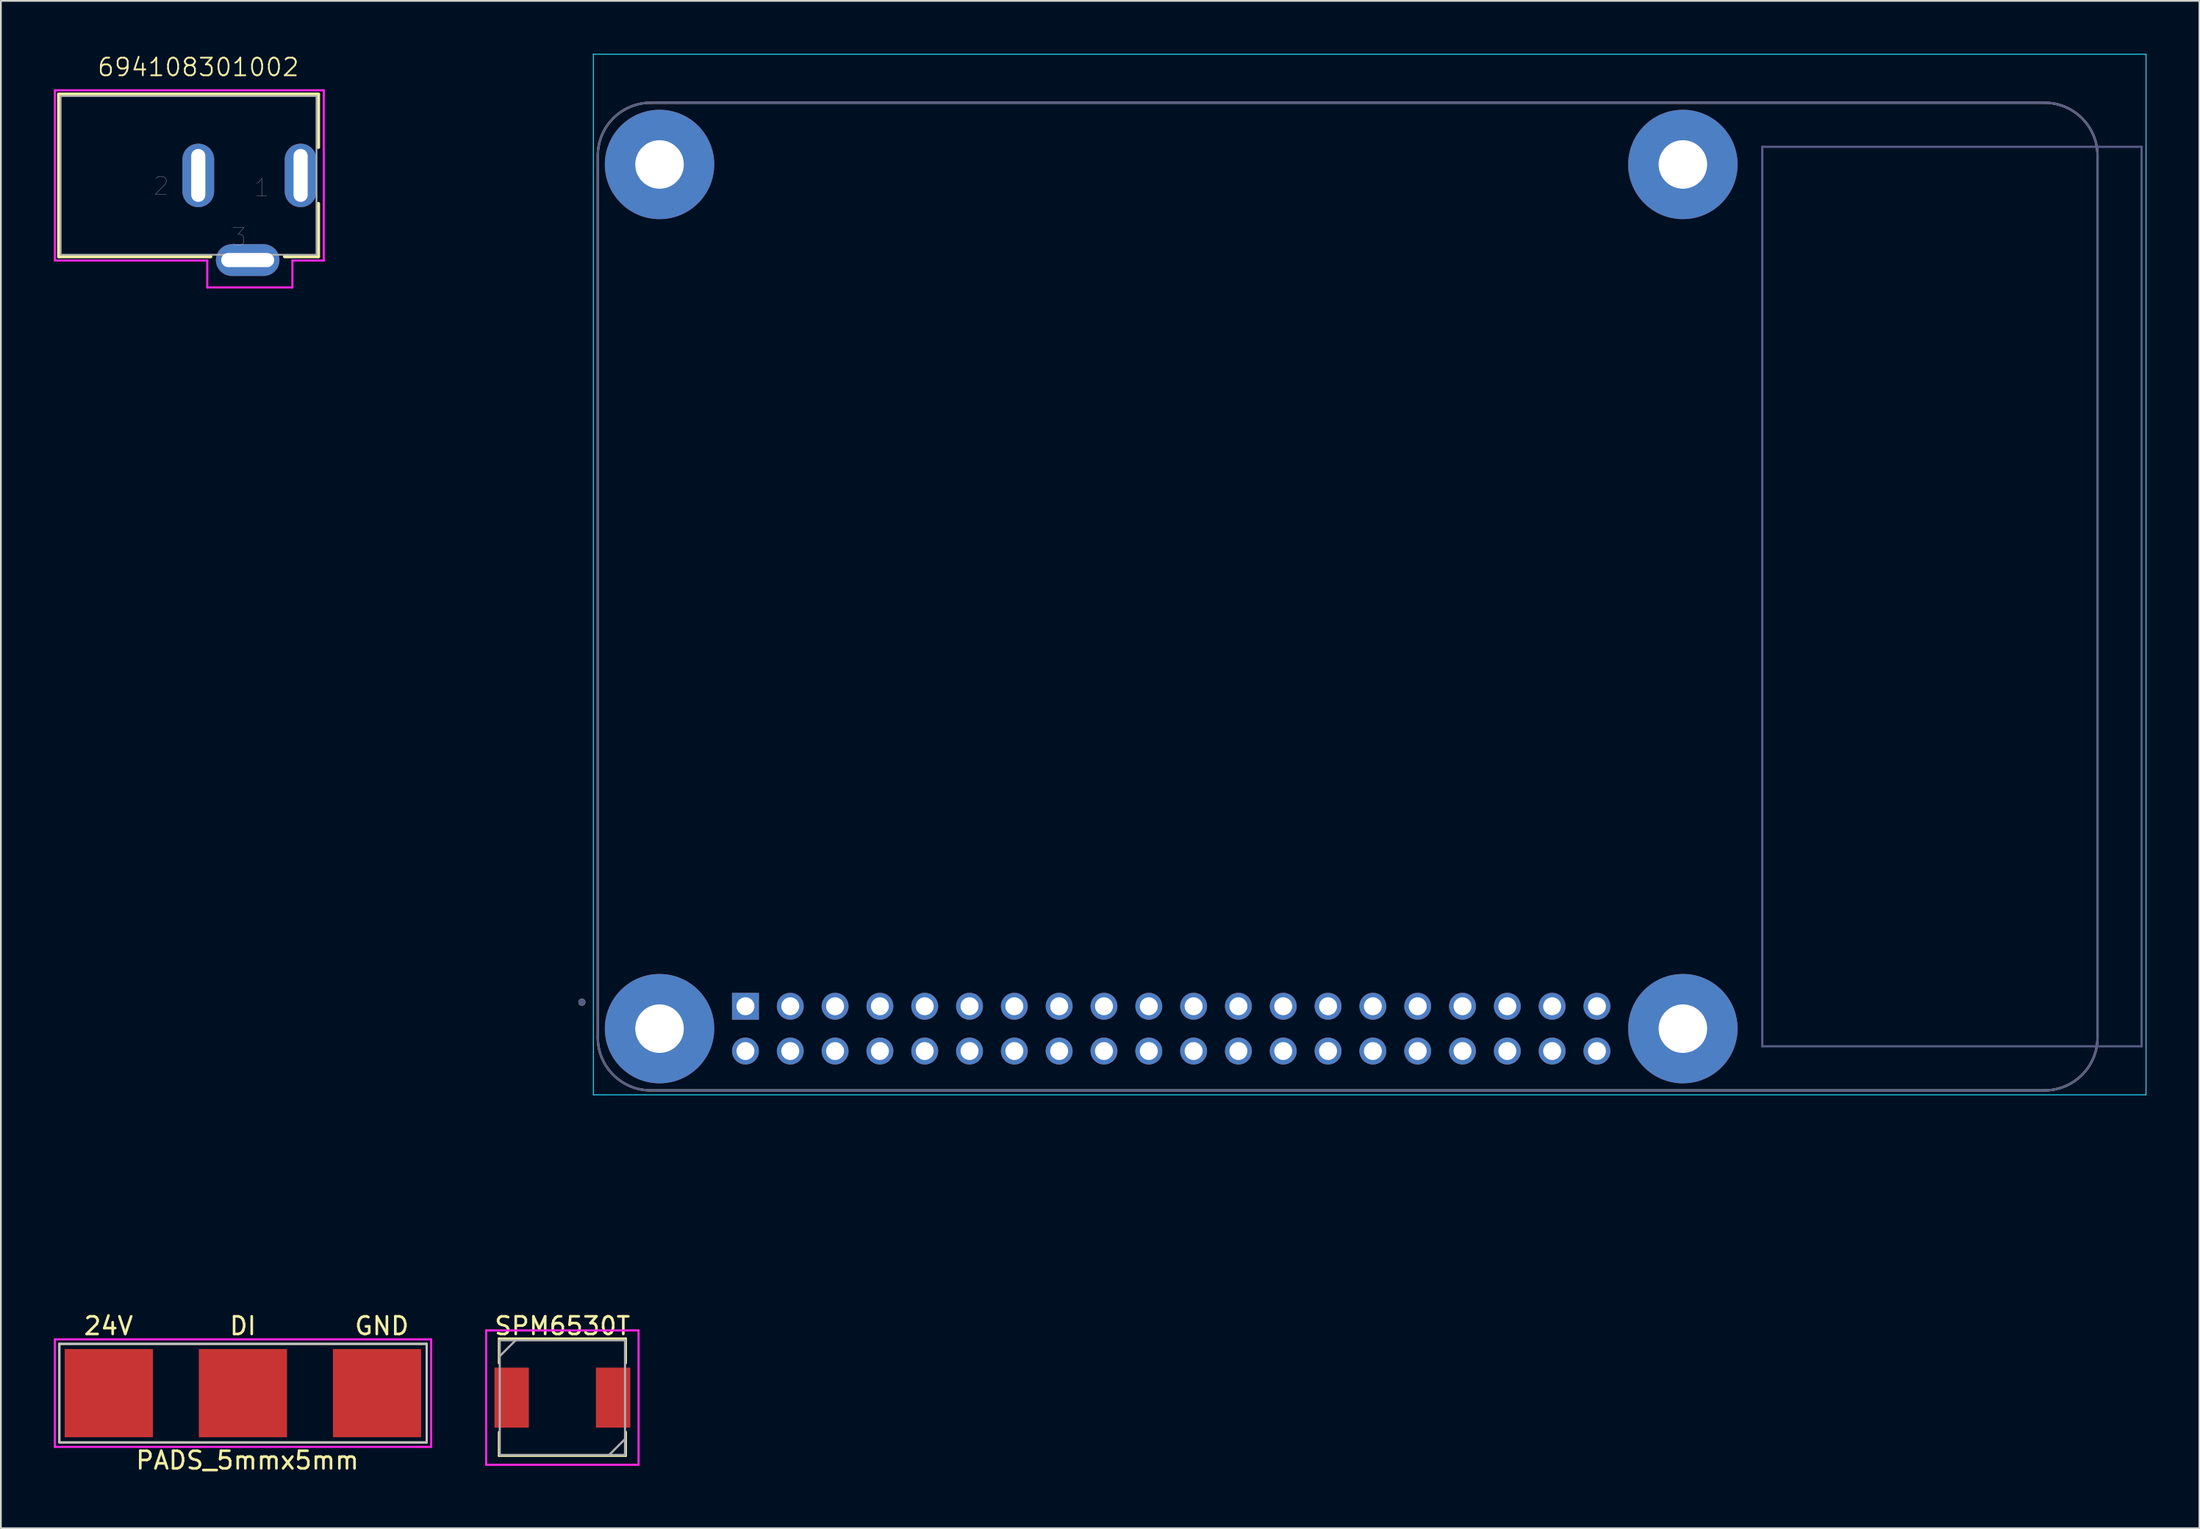
<source format=kicad_pcb>
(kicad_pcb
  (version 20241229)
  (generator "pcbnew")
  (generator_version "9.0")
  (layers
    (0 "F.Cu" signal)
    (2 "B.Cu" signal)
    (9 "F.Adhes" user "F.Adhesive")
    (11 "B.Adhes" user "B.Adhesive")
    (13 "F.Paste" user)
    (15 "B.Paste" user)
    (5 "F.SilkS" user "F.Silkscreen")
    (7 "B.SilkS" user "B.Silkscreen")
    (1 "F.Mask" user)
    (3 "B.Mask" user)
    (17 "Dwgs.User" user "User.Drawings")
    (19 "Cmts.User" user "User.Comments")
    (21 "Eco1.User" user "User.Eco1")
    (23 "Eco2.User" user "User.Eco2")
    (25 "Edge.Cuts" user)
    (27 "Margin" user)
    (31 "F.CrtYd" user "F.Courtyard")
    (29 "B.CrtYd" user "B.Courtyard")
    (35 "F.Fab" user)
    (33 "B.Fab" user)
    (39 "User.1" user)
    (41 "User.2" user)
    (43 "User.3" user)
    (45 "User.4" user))
  (footprint "SPM6530T"
    (layer "F.Cu")
    (at 28.824 76.195)
    (property "Reference" "SPM6530T" (at 0 -4.064 0) (layer "F.SilkS") (effects (font (size 1 1) (thickness 0.15))))
    (attr through_hole)
    (fp_line (start -3.6 -3.35) (end -3.6 -1.95) (stroke (width 0.12) (type solid)) (layer "F.SilkS"))
    (fp_line (start -3.6 -3.35) (end 3.6 -3.35) (stroke (width 0.12) (type solid)) (layer "F.SilkS"))
    (fp_line (start -3.6 3.3) (end -3.6 1.95) (stroke (width 0.12) (type solid)) (layer "F.SilkS"))
    (fp_line (start 3.6 -1.95) (end 3.6 -3.35) (stroke (width 0.12) (type solid)) (layer "F.SilkS"))
    (fp_line (start 3.6 3.3) (end -3.6 3.3) (stroke (width 0.12) (type solid)) (layer "F.SilkS"))
    (fp_line (start 3.6 3.3) (end 3.6 1.95) (stroke (width 0.12) (type solid)) (layer "F.SilkS"))
    (fp_line (start -4.318 -3.81) (end -4.064 -3.81) (stroke (width 0.12) (type solid)) (layer "F.CrtYd"))
    (fp_line (start -4.318 3.81) (end -4.318 -3.81) (stroke (width 0.12) (type solid)) (layer "F.CrtYd"))
    (fp_line (start -4.064 -3.81) (end 4.064 -3.81) (stroke (width 0.12) (type solid)) (layer "F.CrtYd"))
    (fp_line (start 4.064 -3.81) (end 4.318 -3.81) (stroke (width 0.12) (type solid)) (layer "F.CrtYd"))
    (fp_line (start 4.318 -3.81) (end 4.318 3.81) (stroke (width 0.12) (type solid)) (layer "F.CrtYd"))
    (fp_line (start 4.318 3.81) (end -4.318 3.81) (stroke (width 0.12) (type solid)) (layer "F.CrtYd"))
    (fp_line (start -3.55 -3.25) (end 3.55 -3.25) (stroke (width 0.12) (type solid)) (layer "F.Fab"))
    (fp_line (start -3.55 -2.35) (end -2.65 -3.25) (stroke (width 0.12) (type solid)) (layer "F.Fab"))
    (fp_line (start -3.55 3.25) (end -3.55 -3.25) (stroke (width 0.12) (type solid)) (layer "F.Fab"))
    (fp_line (start -3.55 3.25) (end 3.55 3.25) (stroke (width 0.12) (type solid)) (layer "F.Fab"))
    (fp_line (start 2.65 3.25) (end 3.55 2.35) (stroke (width 0.12) (type solid)) (layer "F.Fab"))
    (fp_line (start 3.55 -3.25) (end 3.55 3.25) (stroke (width 0.12) (type solid)) (layer "F.Fab"))
    (pad "1" smd rect (at -2.875 0) (size 1.95 3.4) (layers "F.Cu" "F.Mask" "F.Paste"))
    (pad "2" smd rect (at 2.875 0) (size 1.95 3.4) (layers "F.Cu" "F.Mask" "F.Paste")))
  (footprint "PADS_5mmx5mm"
    (layer "F.Cu")
    (at 10.718 75.941)
    (property "Reference" "PADS_5mmx5mm" (at 0.254 3.81 0) (layer "F.SilkS") (effects (font (size 1 1) (thickness 0.15))))
    (attr through_hole)
    (fp_line (start -10.404 -2.794) (end -10.404 2.794) (stroke (width 0.12) (type solid)) (layer "F.SilkS"))
    (fp_line (start -10.404 2.794) (end 10.414 2.794) (stroke (width 0.12) (type solid)) (layer "F.SilkS"))
    (fp_line (start 10.414 -2.794) (end -10.404 -2.794) (stroke (width 0.12) (type solid)) (layer "F.SilkS"))
    (fp_line (start 10.414 -2.794) (end 10.414 2.794) (stroke (width 0.12) (type solid)) (layer "F.SilkS"))
    (fp_line (start -10.404 -2.794) (end 10.414 -2.794) (stroke (width 0.12) (type solid)) (layer "Dwgs.User"))
    (fp_line (start -10.404 2.794) (end -10.404 -2.794) (stroke (width 0.12) (type solid)) (layer "Dwgs.User"))
    (fp_line (start 10.414 -2.794) (end 10.414 2.794) (stroke (width 0.12) (type solid)) (layer "Dwgs.User"))
    (fp_line (start 10.414 2.794) (end -10.404 2.794) (stroke (width 0.12) (type solid)) (layer "Dwgs.User"))
    (fp_line (start -10.658 -3.048) (end 10.668 -3.048) (stroke (width 0.12) (type solid)) (layer "F.CrtYd"))
    (fp_line (start -10.658 3.048) (end -10.658 -3.048) (stroke (width 0.12) (type solid)) (layer "F.CrtYd"))
    (fp_line (start 10.668 -3.048) (end 10.668 3.048) (stroke (width 0.12) (type solid)) (layer "F.CrtYd"))
    (fp_line (start 10.668 3.048) (end -10.658 3.048) (stroke (width 0.12) (type solid)) (layer "F.CrtYd"))
    (fp_text user "DI" (at 0 -3.81 0) (layer "F.SilkS") (effects (font (size 1 1) (thickness 0.15))))
    (fp_text user "24V" (at -7.62 -3.81 0) (layer "F.SilkS") (effects (font (size 1 1) (thickness 0.15))))
    (fp_text user "GND" (at 7.874 -3.81 0) (layer "F.SilkS") (effects (font (size 1 1) (thickness 0.15))))
    (pad "1" smd rect (at -7.6 0) (size 5 5) (layers "F.Cu" "F.Mask" "F.Paste"))
    (pad "2" smd rect (at 0 0) (size 5 5) (layers "F.Cu" "F.Mask" "F.Paste"))
    (pad "3" smd rect (at 7.6 0) (size 5 5) (layers "F.Cu" "F.Mask" "F.Paste")))
  (footprint "MODULE_RASPBERRY_PI_3_MODEL_B+_REVERSE"
    (layer "F.Cu")
    (at 73.33 30.775)
    (property "Reference" "MODULE_RASPBERRY_PI_3_MODEL_B+_REVERSE" (at -37.325 36.747 0) (layer "B.Adhes") (effects (font (size 1 1) (thickness 0.1)) (justify mirror)))
    (attr through_hole)
    (fp_line (start -42.5 25) (end -42.5 -25) (stroke (width 0.127) (type solid)) (layer "F.SilkS"))
    (fp_line (start -39.5 -28) (end 39.5 -28) (stroke (width 0.127) (type solid)) (layer "F.SilkS"))
    (fp_line (start 39.5 28) (end -39.5 28) (stroke (width 0.127) (type solid)) (layer "F.SilkS"))
    (fp_line (start 42.5 -25) (end 42.5 25) (stroke (width 0.127) (type solid)) (layer "F.SilkS"))
    (fp_arc (start -42.5 -25) (mid -41.62132 -27.12132) (end -39.5 -28) (stroke (width 0.127) (type solid)) (layer "F.SilkS"))
    (fp_arc (start -39.5 28) (mid -41.62132 27.12132) (end -42.5 25) (stroke (width 0.127) (type solid)) (layer "F.SilkS"))
    (fp_arc (start 39.5 -28) (mid 41.62132 -27.12132) (end 42.5 -25) (stroke (width 0.127) (type solid)) (layer "F.SilkS"))
    (fp_arc (start 42.5 25) (mid 41.62132 27.12132) (end 39.5 28) (stroke (width 0.127) (type solid)) (layer "F.SilkS"))
    (fp_circle (center -43.4 23) (end -43.3 23) (stroke (width 0.2) (type solid)) (fill no) (layer "F.SilkS"))
    (fp_line (start -42.75 -30.75) (end -42.75 28.25) (stroke (width 0.05) (type solid)) (layer "B.CrtYd"))
    (fp_line (start -42.75 28.25) (end 45.25 28.25) (stroke (width 0.05) (type solid)) (layer "B.CrtYd"))
    (fp_line (start 45.25 -30.75) (end -42.75 -30.75) (stroke (width 0.05) (type solid)) (layer "B.CrtYd"))
    (fp_line (start 45.25 28.25) (end 45.25 -30.75) (stroke (width 0.05) (type solid)) (layer "B.CrtYd"))
    (fp_line (start -42.5 25) (end -42.5 -25) (stroke (width 0.127) (type solid)) (layer "B.Fab"))
    (fp_line (start -39.5 -28) (end 39.5 -28) (stroke (width 0.127) (type solid)) (layer "B.Fab"))
    (fp_line (start 23.5 -25.5) (end 45 -25.5) (stroke (width 0.127) (type solid)) (layer "B.Fab"))
    (fp_line (start 23.5 25.5) (end 23.5 -25.5) (stroke (width 0.127) (type solid)) (layer "B.Fab"))
    (fp_line (start 39.5 28) (end -39.5 28) (stroke (width 0.127) (type solid)) (layer "B.Fab"))
    (fp_line (start 42.5 -25) (end 42.5 25) (stroke (width 0.127) (type solid)) (layer "B.Fab"))
    (fp_line (start 45 -25.5) (end 45 25.5) (stroke (width 0.127) (type solid)) (layer "B.Fab"))
    (fp_line (start 45 25.5) (end 23.5 25.5) (stroke (width 0.127) (type solid)) (layer "B.Fab"))
    (fp_arc (start -42.5 -25) (mid -41.62132 -27.12132) (end -39.5 -28) (stroke (width 0.127) (type solid)) (layer "B.Fab"))
    (fp_arc (start -39.5 28) (mid -41.62132 27.12132) (end -42.5 25) (stroke (width 0.127) (type solid)) (layer "B.Fab"))
    (fp_arc (start 39.5 -28) (mid 41.62132 -27.12132) (end 42.5 -25) (stroke (width 0.127) (type solid)) (layer "B.Fab"))
    (fp_arc (start 42.5 25) (mid 41.62132 27.12132) (end 39.5 28) (stroke (width 0.127) (type solid)) (layer "B.Fab"))
    (fp_circle (center -43.4 23) (end -43.3 23) (stroke (width 0.2) (type solid)) (fill no) (layer "B.Fab"))
    (pad "1" thru_hole rect (at -34.13 23.23) (size 1.524 1.524) (drill 1.016) (layers "*.Cu" "*.Mask"))
    (pad "2" thru_hole circle (at -34.13 25.77) (size 1.524 1.524) (drill 1.016) (layers "*.Cu" "*.Mask"))
    (pad "3" thru_hole circle (at -31.59 23.23) (size 1.524 1.524) (drill 1.016) (layers "*.Cu" "*.Mask"))
    (pad "4" thru_hole circle (at -31.59 25.77) (size 1.524 1.524) (drill 1.016) (layers "*.Cu" "*.Mask"))
    (pad "5" thru_hole circle (at -29.05 23.23) (size 1.524 1.524) (drill 1.016) (layers "*.Cu" "*.Mask"))
    (pad "6" thru_hole circle (at -29.05 25.77) (size 1.524 1.524) (drill 1.016) (layers "*.Cu" "*.Mask"))
    (pad "7" thru_hole circle (at -26.51 23.23) (size 1.524 1.524) (drill 1.016) (layers "*.Cu" "*.Mask"))
    (pad "8" thru_hole circle (at -26.51 25.77) (size 1.524 1.524) (drill 1.016) (layers "*.Cu" "*.Mask"))
    (pad "9" thru_hole circle (at -23.97 23.23) (size 1.524 1.524) (drill 1.016) (layers "*.Cu" "*.Mask"))
    (pad "10" thru_hole circle (at -23.97 25.77) (size 1.524 1.524) (drill 1.016) (layers "*.Cu" "*.Mask"))
    (pad "11" thru_hole circle (at -21.43 23.23) (size 1.524 1.524) (drill 1.016) (layers "*.Cu" "*.Mask"))
    (pad "12" thru_hole circle (at -21.43 25.77) (size 1.524 1.524) (drill 1.016) (layers "*.Cu" "*.Mask"))
    (pad "13" thru_hole circle (at -18.89 23.23) (size 1.524 1.524) (drill 1.016) (layers "*.Cu" "*.Mask"))
    (pad "14" thru_hole circle (at -18.89 25.77) (size 1.524 1.524) (drill 1.016) (layers "*.Cu" "*.Mask"))
    (pad "15" thru_hole circle (at -16.35 23.23) (size 1.524 1.524) (drill 1.016) (layers "*.Cu" "*.Mask"))
    (pad "16" thru_hole circle (at -16.35 25.77) (size 1.524 1.524) (drill 1.016) (layers "*.Cu" "*.Mask"))
    (pad "17" thru_hole circle (at -13.81 23.23) (size 1.524 1.524) (drill 1.016) (layers "*.Cu" "*.Mask"))
    (pad "18" thru_hole circle (at -13.81 25.77) (size 1.524 1.524) (drill 1.016) (layers "*.Cu" "*.Mask"))
    (pad "19" thru_hole circle (at -11.27 23.23) (size 1.524 1.524) (drill 1.016) (layers "*.Cu" "*.Mask"))
    (pad "20" thru_hole circle (at -11.27 25.77) (size 1.524 1.524) (drill 1.016) (layers "*.Cu" "*.Mask"))
    (pad "21" thru_hole circle (at -8.73 23.23) (size 1.524 1.524) (drill 1.016) (layers "*.Cu" "*.Mask"))
    (pad "22" thru_hole circle (at -8.73 25.77) (size 1.524 1.524) (drill 1.016) (layers "*.Cu" "*.Mask"))
    (pad "23" thru_hole circle (at -6.19 23.23) (size 1.524 1.524) (drill 1.016) (layers "*.Cu" "*.Mask"))
    (pad "24" thru_hole circle (at -6.19 25.77) (size 1.524 1.524) (drill 1.016) (layers "*.Cu" "*.Mask"))
    (pad "25" thru_hole circle (at -3.65 23.23) (size 1.524 1.524) (drill 1.016) (layers "*.Cu" "*.Mask"))
    (pad "26" thru_hole circle (at -3.65 25.77) (size 1.524 1.524) (drill 1.016) (layers "*.Cu" "*.Mask"))
    (pad "27" thru_hole circle (at -1.11 23.23) (size 1.524 1.524) (drill 1.016) (layers "*.Cu" "*.Mask"))
    (pad "28" thru_hole circle (at -1.11 25.77) (size 1.524 1.524) (drill 1.016) (layers "*.Cu" "*.Mask"))
    (pad "29" thru_hole circle (at 1.43 23.23) (size 1.524 1.524) (drill 1.016) (layers "*.Cu" "*.Mask"))
    (pad "30" thru_hole circle (at 1.43 25.77) (size 1.524 1.524) (drill 1.016) (layers "*.Cu" "*.Mask"))
    (pad "31" thru_hole circle (at 3.97 23.23) (size 1.524 1.524) (drill 1.016) (layers "*.Cu" "*.Mask"))
    (pad "32" thru_hole circle (at 3.97 25.77) (size 1.524 1.524) (drill 1.016) (layers "*.Cu" "*.Mask"))
    (pad "33" thru_hole circle (at 6.51 23.23) (size 1.524 1.524) (drill 1.016) (layers "*.Cu" "*.Mask"))
    (pad "34" thru_hole circle (at 6.51 25.77) (size 1.524 1.524) (drill 1.016) (layers "*.Cu" "*.Mask"))
    (pad "35" thru_hole circle (at 9.05 23.23) (size 1.524 1.524) (drill 1.016) (layers "*.Cu" "*.Mask"))
    (pad "36" thru_hole circle (at 9.05 25.77) (size 1.524 1.524) (drill 1.016) (layers "*.Cu" "*.Mask"))
    (pad "37" thru_hole circle (at 11.59 23.23) (size 1.524 1.524) (drill 1.016) (layers "*.Cu" "*.Mask"))
    (pad "38" thru_hole circle (at 11.59 25.77) (size 1.524 1.524) (drill 1.016) (layers "*.Cu" "*.Mask"))
    (pad "39" thru_hole circle (at 14.13 23.23) (size 1.524 1.524) (drill 1.016) (layers "*.Cu" "*.Mask"))
    (pad "40" thru_hole circle (at 14.13 25.77) (size 1.524 1.524) (drill 1.016) (layers "*.Cu" "*.Mask"))
    (pad "S1" thru_hole circle (at -39 24.5) (size 6.2 6.2) (drill 2.75) (layers "*.Cu" "*.Mask"))
    (pad "S2" thru_hole circle (at 19 24.5) (size 6.2 6.2) (drill 2.75) (layers "*.Cu" "*.Mask"))
    (pad "S3" thru_hole circle (at 19 -24.5) (size 6.2 6.2) (drill 2.75) (layers "*.Cu" "*.Mask"))
    (pad "S4" thru_hole circle (at -39 -24.5) (size 6.2 6.2) (drill 2.75) (layers "*.Cu" "*.Mask")))
  (footprint "694108301002"
    (layer "F.Cu")
    (at 8.188 6.896)
    (property "Reference" "694108301002" (at 0 -6.135 0) (layer "F.SilkS") (effects (font (size 1 1) (thickness 0.1))))
    (attr through_hole)
    (fp_line (start -7.9 -4.6) (end -7.9 4.6) (stroke (width 0.2) (type solid)) (layer "F.SilkS"))
    (fp_line (start 0.7 4.6) (end -7.9 4.6) (stroke (width 0.2) (type solid)) (layer "F.SilkS"))
    (fp_line (start 6.8 -4.6) (end -7.9 -4.6) (stroke (width 0.2) (type solid)) (layer "F.SilkS"))
    (fp_line (start 6.8 -4.6) (end 6.8 -1.6) (stroke (width 0.2) (type solid)) (layer "F.SilkS"))
    (fp_line (start 6.8 1.6) (end 6.8 4.6) (stroke (width 0.2) (type solid)) (layer "F.SilkS"))
    (fp_line (start 6.8 4.6) (end 4.9 4.6) (stroke (width 0.2) (type solid)) (layer "F.SilkS"))
    (fp_line (start -8.128 -4.826) (end 7.112 -4.826) (stroke (width 0.12) (type solid)) (layer "F.CrtYd"))
    (fp_line (start -8.128 4.826) (end -8.128 -4.826) (stroke (width 0.12) (type solid)) (layer "F.CrtYd"))
    (fp_line (start 0.508 4.826) (end -8.128 4.826) (stroke (width 0.12) (type solid)) (layer "F.CrtYd"))
    (fp_line (start 0.508 6.35) (end 0.508 4.826) (stroke (width 0.12) (type solid)) (layer "F.CrtYd"))
    (fp_line (start 5.334 4.826) (end 5.334 6.35) (stroke (width 0.12) (type solid)) (layer "F.CrtYd"))
    (fp_line (start 5.334 6.35) (end 0.508 6.35) (stroke (width 0.12) (type solid)) (layer "F.CrtYd"))
    (fp_line (start 7.112 -4.826) (end 7.112 4.826) (stroke (width 0.12) (type solid)) (layer "F.CrtYd"))
    (fp_line (start 7.112 4.826) (end 5.334 4.826) (stroke (width 0.12) (type solid)) (layer "F.CrtYd"))
    (fp_line (start -7.8 -4.5) (end 6.7 -4.5) (stroke (width 0.1) (type solid)) (layer "F.Fab"))
    (fp_line (start -7.8 4.5) (end -7.8 -4.5) (stroke (width 0.1) (type solid)) (layer "F.Fab"))
    (fp_line (start 6.7 -4.5) (end 6.7 4.5) (stroke (width 0.1) (type solid)) (layer "F.Fab"))
    (fp_line (start 6.7 4.5) (end -7.8 4.5) (stroke (width 0.1) (type solid)) (layer "F.Fab"))
    (fp_text user "1" (at 3.6 0.7 0) (layer "Dwgs.User") (effects (font (size 1 1) (thickness 0.015))))
    (fp_text user "2" (at -2.1 0.6 0) (layer "Dwgs.User") (effects (font (size 1 1) (thickness 0.015))))
    (fp_text user "3" (at 2.3 3.5 0) (layer "Dwgs.User") (effects (font (size 1 1) (thickness 0.015))))
    (pad "1" thru_hole oval (at 5.8 0) (size 1.8 3.6) (drill oval 0.8 3) (layers "*.Cu" "*.Mask"))
    (pad "2" thru_hole oval (at 0 0) (size 1.8 3.6) (drill oval 0.8 3) (layers "*.Cu" "*.Mask"))
    (pad "3" thru_hole oval (at 2.8 4.8) (size 3.6 1.8) (drill oval 3 0.8) (layers "*.Cu" "*.Mask")))
  (gr_rect
    (start -3 -3)
    (end 121.605 83.599)
    (stroke (width 0.1) (type default))
    (fill no)
    (layer "Edge.Cuts")))
</source>
